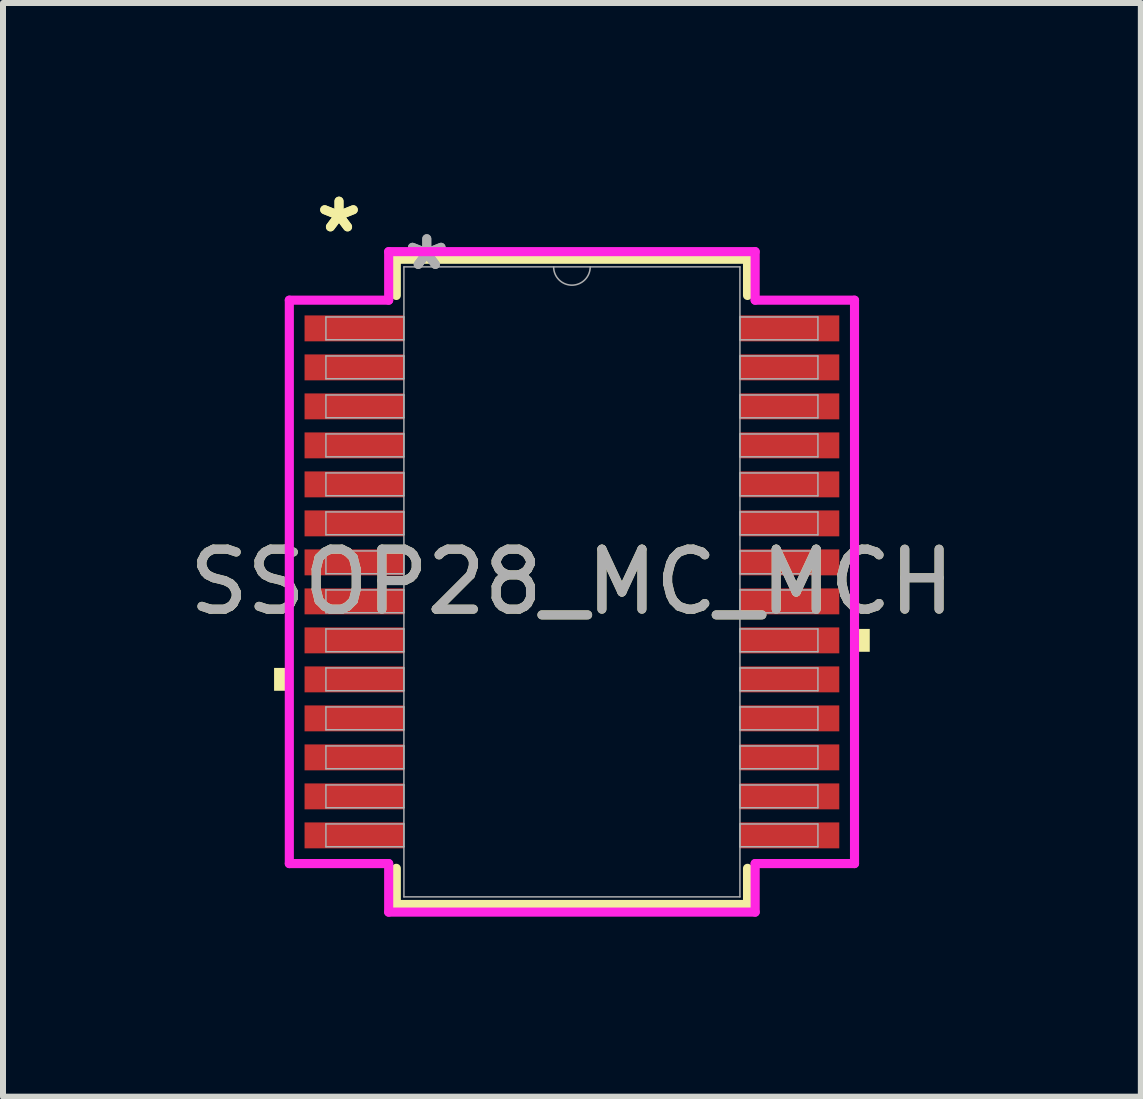
<source format=kicad_pcb>
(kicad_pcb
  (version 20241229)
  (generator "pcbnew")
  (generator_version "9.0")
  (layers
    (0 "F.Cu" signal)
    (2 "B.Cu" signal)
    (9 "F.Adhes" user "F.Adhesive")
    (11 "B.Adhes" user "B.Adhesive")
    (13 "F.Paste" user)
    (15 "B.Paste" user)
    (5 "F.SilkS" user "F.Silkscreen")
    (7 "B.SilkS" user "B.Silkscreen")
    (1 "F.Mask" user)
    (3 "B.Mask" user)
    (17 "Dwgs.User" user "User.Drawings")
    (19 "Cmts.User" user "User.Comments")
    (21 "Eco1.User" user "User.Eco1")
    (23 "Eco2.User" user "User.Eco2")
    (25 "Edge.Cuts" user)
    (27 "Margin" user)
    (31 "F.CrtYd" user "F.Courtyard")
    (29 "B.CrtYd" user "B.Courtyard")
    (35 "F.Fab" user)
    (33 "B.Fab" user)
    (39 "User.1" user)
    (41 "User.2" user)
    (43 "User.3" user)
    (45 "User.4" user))
  (footprint "SSOP28_MC_MCH"
    (layer "F.Cu")
    (at 6.482 6.648)
    (property "Reference" "SSOP28_MC_MCH" (at 0 0 0) (unlocked yes) (layer "F.SilkS") (effects (font (size 1 1) (thickness 0.15))))
    (attr smd)
    (fp_line (start -2.927 -5.377) (end -2.927 -4.774) (stroke (width 0.152) (type solid)) (layer "F.SilkS"))
    (fp_line (start -2.927 4.774) (end -2.927 5.377) (stroke (width 0.152) (type solid)) (layer "F.SilkS"))
    (fp_line (start -2.927 5.377) (end 2.927 5.377) (stroke (width 0.152) (type solid)) (layer "F.SilkS"))
    (fp_line (start 2.927 -5.377) (end -2.927 -5.377) (stroke (width 0.152) (type solid)) (layer "F.SilkS"))
    (fp_line (start 2.927 -4.774) (end 2.927 -5.377) (stroke (width 0.152) (type solid)) (layer "F.SilkS"))
    (fp_line (start 2.927 5.377) (end 2.927 4.774) (stroke (width 0.152) (type solid)) (layer "F.SilkS"))
    (fp_poly (pts (xy -4.964 1.434) (xy -4.964 1.815) (xy -4.71 1.815) (xy -4.71 1.434)) (stroke (width 0) (type solid)) (fill yes) (layer "F.SilkS"))
    (fp_poly (pts (xy 4.964 0.784) (xy 4.964 1.165) (xy 4.71 1.165) (xy 4.71 0.784)) (stroke (width 0) (type solid)) (fill yes) (layer "F.SilkS"))
    (fp_line (start -4.71 -4.695) (end -3.054 -4.695) (stroke (width 0.152) (type solid)) (layer "F.CrtYd"))
    (fp_line (start -4.71 4.695) (end -4.71 -4.695) (stroke (width 0.152) (type solid)) (layer "F.CrtYd"))
    (fp_line (start -4.71 4.695) (end -3.054 4.695) (stroke (width 0.152) (type solid)) (layer "F.CrtYd"))
    (fp_line (start -3.054 -5.504) (end 3.054 -5.504) (stroke (width 0.152) (type solid)) (layer "F.CrtYd"))
    (fp_line (start -3.054 -4.695) (end -3.054 -5.504) (stroke (width 0.152) (type solid)) (layer "F.CrtYd"))
    (fp_line (start -3.054 5.504) (end -3.054 4.695) (stroke (width 0.152) (type solid)) (layer "F.CrtYd"))
    (fp_line (start 3.054 -5.504) (end 3.054 -4.695) (stroke (width 0.152) (type solid)) (layer "F.CrtYd"))
    (fp_line (start 3.054 4.695) (end 3.054 5.504) (stroke (width 0.152) (type solid)) (layer "F.CrtYd"))
    (fp_line (start 3.054 5.504) (end -3.054 5.504) (stroke (width 0.152) (type solid)) (layer "F.CrtYd"))
    (fp_line (start 4.71 -4.695) (end 3.054 -4.695) (stroke (width 0.152) (type solid)) (layer "F.CrtYd"))
    (fp_line (start 4.71 -4.695) (end 4.71 4.695) (stroke (width 0.152) (type solid)) (layer "F.CrtYd"))
    (fp_line (start 4.71 4.695) (end 3.054 4.695) (stroke (width 0.152) (type solid)) (layer "F.CrtYd"))
    (fp_line (start -4.1 -4.415) (end -4.1 -4.035) (stroke (width 0.025) (type solid)) (layer "F.Fab"))
    (fp_line (start -4.1 -4.035) (end -2.8 -4.035) (stroke (width 0.025) (type solid)) (layer "F.Fab"))
    (fp_line (start -4.1 -3.765) (end -4.1 -3.385) (stroke (width 0.025) (type solid)) (layer "F.Fab"))
    (fp_line (start -4.1 -3.385) (end -2.8 -3.385) (stroke (width 0.025) (type solid)) (layer "F.Fab"))
    (fp_line (start -4.1 -3.115) (end -4.1 -2.735) (stroke (width 0.025) (type solid)) (layer "F.Fab"))
    (fp_line (start -4.1 -2.735) (end -2.8 -2.735) (stroke (width 0.025) (type solid)) (layer "F.Fab"))
    (fp_line (start -4.1 -2.466) (end -4.1 -2.084) (stroke (width 0.025) (type solid)) (layer "F.Fab"))
    (fp_line (start -4.1 -2.084) (end -2.8 -2.084) (stroke (width 0.025) (type solid)) (layer "F.Fab"))
    (fp_line (start -4.1 -1.816) (end -4.1 -1.435) (stroke (width 0.025) (type solid)) (layer "F.Fab"))
    (fp_line (start -4.1 -1.435) (end -2.8 -1.435) (stroke (width 0.025) (type solid)) (layer "F.Fab"))
    (fp_line (start -4.1 -1.166) (end -4.1 -0.785) (stroke (width 0.025) (type solid)) (layer "F.Fab"))
    (fp_line (start -4.1 -0.785) (end -2.8 -0.785) (stroke (width 0.025) (type solid)) (layer "F.Fab"))
    (fp_line (start -4.1 -0.516) (end -4.1 -0.135) (stroke (width 0.025) (type solid)) (layer "F.Fab"))
    (fp_line (start -4.1 -0.135) (end -2.8 -0.135) (stroke (width 0.025) (type solid)) (layer "F.Fab"))
    (fp_line (start -4.1 0.134) (end -4.1 0.515) (stroke (width 0.025) (type solid)) (layer "F.Fab"))
    (fp_line (start -4.1 0.515) (end -2.8 0.515) (stroke (width 0.025) (type solid)) (layer "F.Fab"))
    (fp_line (start -4.1 0.784) (end -4.1 1.165) (stroke (width 0.025) (type solid)) (layer "F.Fab"))
    (fp_line (start -4.1 1.165) (end -2.8 1.165) (stroke (width 0.025) (type solid)) (layer "F.Fab"))
    (fp_line (start -4.1 1.434) (end -4.1 1.815) (stroke (width 0.025) (type solid)) (layer "F.Fab"))
    (fp_line (start -4.1 1.815) (end -2.8 1.815) (stroke (width 0.025) (type solid)) (layer "F.Fab"))
    (fp_line (start -4.1 2.084) (end -4.1 2.465) (stroke (width 0.025) (type solid)) (layer "F.Fab"))
    (fp_line (start -4.1 2.465) (end -2.8 2.465) (stroke (width 0.025) (type solid)) (layer "F.Fab"))
    (fp_line (start -4.1 2.734) (end -4.1 3.115) (stroke (width 0.025) (type solid)) (layer "F.Fab"))
    (fp_line (start -4.1 3.115) (end -2.8 3.115) (stroke (width 0.025) (type solid)) (layer "F.Fab"))
    (fp_line (start -4.1 3.384) (end -4.1 3.765) (stroke (width 0.025) (type solid)) (layer "F.Fab"))
    (fp_line (start -4.1 3.765) (end -2.8 3.765) (stroke (width 0.025) (type solid)) (layer "F.Fab"))
    (fp_line (start -4.1 4.034) (end -4.1 4.415) (stroke (width 0.025) (type solid)) (layer "F.Fab"))
    (fp_line (start -4.1 4.415) (end -2.8 4.415) (stroke (width 0.025) (type solid)) (layer "F.Fab"))
    (fp_line (start -2.8 -5.25) (end -2.8 5.25) (stroke (width 0.025) (type solid)) (layer "F.Fab"))
    (fp_line (start -2.8 -4.415) (end -4.1 -4.415) (stroke (width 0.025) (type solid)) (layer "F.Fab"))
    (fp_line (start -2.8 -4.035) (end -2.8 -4.415) (stroke (width 0.025) (type solid)) (layer "F.Fab"))
    (fp_line (start -2.8 -3.765) (end -4.1 -3.765) (stroke (width 0.025) (type solid)) (layer "F.Fab"))
    (fp_line (start -2.8 -3.385) (end -2.8 -3.765) (stroke (width 0.025) (type solid)) (layer "F.Fab"))
    (fp_line (start -2.8 -3.115) (end -4.1 -3.115) (stroke (width 0.025) (type solid)) (layer "F.Fab"))
    (fp_line (start -2.8 -2.735) (end -2.8 -3.115) (stroke (width 0.025) (type solid)) (layer "F.Fab"))
    (fp_line (start -2.8 -2.466) (end -4.1 -2.466) (stroke (width 0.025) (type solid)) (layer "F.Fab"))
    (fp_line (start -2.8 -2.084) (end -2.8 -2.466) (stroke (width 0.025) (type solid)) (layer "F.Fab"))
    (fp_line (start -2.8 -1.816) (end -4.1 -1.816) (stroke (width 0.025) (type solid)) (layer "F.Fab"))
    (fp_line (start -2.8 -1.435) (end -2.8 -1.816) (stroke (width 0.025) (type solid)) (layer "F.Fab"))
    (fp_line (start -2.8 -1.166) (end -4.1 -1.166) (stroke (width 0.025) (type solid)) (layer "F.Fab"))
    (fp_line (start -2.8 -0.785) (end -2.8 -1.166) (stroke (width 0.025) (type solid)) (layer "F.Fab"))
    (fp_line (start -2.8 -0.516) (end -4.1 -0.516) (stroke (width 0.025) (type solid)) (layer "F.Fab"))
    (fp_line (start -2.8 -0.135) (end -2.8 -0.516) (stroke (width 0.025) (type solid)) (layer "F.Fab"))
    (fp_line (start -2.8 0.134) (end -4.1 0.134) (stroke (width 0.025) (type solid)) (layer "F.Fab"))
    (fp_line (start -2.8 0.515) (end -2.8 0.134) (stroke (width 0.025) (type solid)) (layer "F.Fab"))
    (fp_line (start -2.8 0.784) (end -4.1 0.784) (stroke (width 0.025) (type solid)) (layer "F.Fab"))
    (fp_line (start -2.8 1.165) (end -2.8 0.784) (stroke (width 0.025) (type solid)) (layer "F.Fab"))
    (fp_line (start -2.8 1.434) (end -4.1 1.434) (stroke (width 0.025) (type solid)) (layer "F.Fab"))
    (fp_line (start -2.8 1.815) (end -2.8 1.434) (stroke (width 0.025) (type solid)) (layer "F.Fab"))
    (fp_line (start -2.8 2.084) (end -4.1 2.084) (stroke (width 0.025) (type solid)) (layer "F.Fab"))
    (fp_line (start -2.8 2.465) (end -2.8 2.084) (stroke (width 0.025) (type solid)) (layer "F.Fab"))
    (fp_line (start -2.8 2.734) (end -4.1 2.734) (stroke (width 0.025) (type solid)) (layer "F.Fab"))
    (fp_line (start -2.8 3.115) (end -2.8 2.734) (stroke (width 0.025) (type solid)) (layer "F.Fab"))
    (fp_line (start -2.8 3.384) (end -4.1 3.384) (stroke (width 0.025) (type solid)) (layer "F.Fab"))
    (fp_line (start -2.8 3.765) (end -2.8 3.384) (stroke (width 0.025) (type solid)) (layer "F.Fab"))
    (fp_line (start -2.8 4.034) (end -4.1 4.034) (stroke (width 0.025) (type solid)) (layer "F.Fab"))
    (fp_line (start -2.8 4.415) (end -2.8 4.034) (stroke (width 0.025) (type solid)) (layer "F.Fab"))
    (fp_line (start -2.8 5.25) (end 2.8 5.25) (stroke (width 0.025) (type solid)) (layer "F.Fab"))
    (fp_line (start 2.8 -5.25) (end -2.8 -5.25) (stroke (width 0.025) (type solid)) (layer "F.Fab"))
    (fp_line (start 2.8 -4.415) (end 2.8 -4.034) (stroke (width 0.025) (type solid)) (layer "F.Fab"))
    (fp_line (start 2.8 -4.034) (end 4.1 -4.034) (stroke (width 0.025) (type solid)) (layer "F.Fab"))
    (fp_line (start 2.8 -3.765) (end 2.8 -3.384) (stroke (width 0.025) (type solid)) (layer "F.Fab"))
    (fp_line (start 2.8 -3.384) (end 4.1 -3.384) (stroke (width 0.025) (type solid)) (layer "F.Fab"))
    (fp_line (start 2.8 -3.115) (end 2.8 -2.734) (stroke (width 0.025) (type solid)) (layer "F.Fab"))
    (fp_line (start 2.8 -2.734) (end 4.1 -2.734) (stroke (width 0.025) (type solid)) (layer "F.Fab"))
    (fp_line (start 2.8 -2.465) (end 2.8 -2.084) (stroke (width 0.025) (type solid)) (layer "F.Fab"))
    (fp_line (start 2.8 -2.084) (end 4.1 -2.084) (stroke (width 0.025) (type solid)) (layer "F.Fab"))
    (fp_line (start 2.8 -1.815) (end 2.8 -1.434) (stroke (width 0.025) (type solid)) (layer "F.Fab"))
    (fp_line (start 2.8 -1.434) (end 4.1 -1.434) (stroke (width 0.025) (type solid)) (layer "F.Fab"))
    (fp_line (start 2.8 -1.165) (end 2.8 -0.784) (stroke (width 0.025) (type solid)) (layer "F.Fab"))
    (fp_line (start 2.8 -0.784) (end 4.1 -0.784) (stroke (width 0.025) (type solid)) (layer "F.Fab"))
    (fp_line (start 2.8 -0.515) (end 2.8 -0.134) (stroke (width 0.025) (type solid)) (layer "F.Fab"))
    (fp_line (start 2.8 -0.134) (end 4.1 -0.134) (stroke (width 0.025) (type solid)) (layer "F.Fab"))
    (fp_line (start 2.8 0.135) (end 2.8 0.516) (stroke (width 0.025) (type solid)) (layer "F.Fab"))
    (fp_line (start 2.8 0.516) (end 4.1 0.516) (stroke (width 0.025) (type solid)) (layer "F.Fab"))
    (fp_line (start 2.8 0.784) (end 2.8 1.165) (stroke (width 0.025) (type solid)) (layer "F.Fab"))
    (fp_line (start 2.8 1.165) (end 4.1 1.165) (stroke (width 0.025) (type solid)) (layer "F.Fab"))
    (fp_line (start 2.8 1.435) (end 2.8 1.815) (stroke (width 0.025) (type solid)) (layer "F.Fab"))
    (fp_line (start 2.8 1.815) (end 4.1 1.815) (stroke (width 0.025) (type solid)) (layer "F.Fab"))
    (fp_line (start 2.8 2.084) (end 2.8 2.466) (stroke (width 0.025) (type solid)) (layer "F.Fab"))
    (fp_line (start 2.8 2.466) (end 4.1 2.466) (stroke (width 0.025) (type solid)) (layer "F.Fab"))
    (fp_line (start 2.8 2.735) (end 2.8 3.115) (stroke (width 0.025) (type solid)) (layer "F.Fab"))
    (fp_line (start 2.8 3.115) (end 4.1 3.115) (stroke (width 0.025) (type solid)) (layer "F.Fab"))
    (fp_line (start 2.8 3.385) (end 2.8 3.765) (stroke (width 0.025) (type solid)) (layer "F.Fab"))
    (fp_line (start 2.8 3.765) (end 4.1 3.765) (stroke (width 0.025) (type solid)) (layer "F.Fab"))
    (fp_line (start 2.8 4.035) (end 2.8 4.415) (stroke (width 0.025) (type solid)) (layer "F.Fab"))
    (fp_line (start 2.8 4.415) (end 4.1 4.415) (stroke (width 0.025) (type solid)) (layer "F.Fab"))
    (fp_line (start 2.8 5.25) (end 2.8 -5.25) (stroke (width 0.025) (type solid)) (layer "F.Fab"))
    (fp_line (start 4.1 -4.415) (end 2.8 -4.415) (stroke (width 0.025) (type solid)) (layer "F.Fab"))
    (fp_line (start 4.1 -4.034) (end 4.1 -4.415) (stroke (width 0.025) (type solid)) (layer "F.Fab"))
    (fp_line (start 4.1 -3.765) (end 2.8 -3.765) (stroke (width 0.025) (type solid)) (layer "F.Fab"))
    (fp_line (start 4.1 -3.384) (end 4.1 -3.765) (stroke (width 0.025) (type solid)) (layer "F.Fab"))
    (fp_line (start 4.1 -3.115) (end 2.8 -3.115) (stroke (width 0.025) (type solid)) (layer "F.Fab"))
    (fp_line (start 4.1 -2.734) (end 4.1 -3.115) (stroke (width 0.025) (type solid)) (layer "F.Fab"))
    (fp_line (start 4.1 -2.465) (end 2.8 -2.465) (stroke (width 0.025) (type solid)) (layer "F.Fab"))
    (fp_line (start 4.1 -2.084) (end 4.1 -2.465) (stroke (width 0.025) (type solid)) (layer "F.Fab"))
    (fp_line (start 4.1 -1.815) (end 2.8 -1.815) (stroke (width 0.025) (type solid)) (layer "F.Fab"))
    (fp_line (start 4.1 -1.434) (end 4.1 -1.815) (stroke (width 0.025) (type solid)) (layer "F.Fab"))
    (fp_line (start 4.1 -1.165) (end 2.8 -1.165) (stroke (width 0.025) (type solid)) (layer "F.Fab"))
    (fp_line (start 4.1 -0.784) (end 4.1 -1.165) (stroke (width 0.025) (type solid)) (layer "F.Fab"))
    (fp_line (start 4.1 -0.515) (end 2.8 -0.515) (stroke (width 0.025) (type solid)) (layer "F.Fab"))
    (fp_line (start 4.1 -0.134) (end 4.1 -0.515) (stroke (width 0.025) (type solid)) (layer "F.Fab"))
    (fp_line (start 4.1 0.135) (end 2.8 0.135) (stroke (width 0.025) (type solid)) (layer "F.Fab"))
    (fp_line (start 4.1 0.516) (end 4.1 0.135) (stroke (width 0.025) (type solid)) (layer "F.Fab"))
    (fp_line (start 4.1 0.784) (end 2.8 0.784) (stroke (width 0.025) (type solid)) (layer "F.Fab"))
    (fp_line (start 4.1 1.165) (end 4.1 0.784) (stroke (width 0.025) (type solid)) (layer "F.Fab"))
    (fp_line (start 4.1 1.435) (end 2.8 1.435) (stroke (width 0.025) (type solid)) (layer "F.Fab"))
    (fp_line (start 4.1 1.815) (end 4.1 1.435) (stroke (width 0.025) (type solid)) (layer "F.Fab"))
    (fp_line (start 4.1 2.084) (end 2.8 2.084) (stroke (width 0.025) (type solid)) (layer "F.Fab"))
    (fp_line (start 4.1 2.466) (end 4.1 2.084) (stroke (width 0.025) (type solid)) (layer "F.Fab"))
    (fp_line (start 4.1 2.735) (end 2.8 2.735) (stroke (width 0.025) (type solid)) (layer "F.Fab"))
    (fp_line (start 4.1 3.115) (end 4.1 2.735) (stroke (width 0.025) (type solid)) (layer "F.Fab"))
    (fp_line (start 4.1 3.385) (end 2.8 3.385) (stroke (width 0.025) (type solid)) (layer "F.Fab"))
    (fp_line (start 4.1 3.765) (end 4.1 3.385) (stroke (width 0.025) (type solid)) (layer "F.Fab"))
    (fp_line (start 4.1 4.035) (end 2.8 4.035) (stroke (width 0.025) (type solid)) (layer "F.Fab"))
    (fp_line (start 4.1 4.415) (end 4.1 4.035) (stroke (width 0.025) (type solid)) (layer "F.Fab"))
    (fp_arc (start 0.3048 -5.25) (mid 0 -4.9452) (end -0.3048 -5.25) (stroke (width 0.0254) (type solid)) (layer "F.Fab"))
    (fp_text user "*" (at -3.882 -5.8 0) (unlocked yes) (layer "F.SilkS") (effects (font (size 1 1) (thickness 0.15))))
    (fp_text user "*" (at -3.882 -5.8 0) (layer "F.SilkS") (effects (font (size 1 1) (thickness 0.15))))
    (fp_text user "*" (at -2.419 -5.174 0) (unlocked yes) (layer "F.Fab") (effects (font (size 1 1) (thickness 0.15))))
    (fp_text user "${REFERENCE}" (at 0 0 0) (unlocked yes) (layer "F.Fab") (effects (font (size 1 1) (thickness 0.15))))
    (fp_text user "*" (at -2.419 -5.174 0) (layer "F.Fab") (effects (font (size 1 1) (thickness 0.15))))
    (pad "1" smd rect (at -3.628 -4.225) (size 1.656 0.432) (layers "F.Cu" "F.Mask" "F.Paste"))
    (pad "2" smd rect (at -3.628 -3.575) (size 1.656 0.432) (layers "F.Cu" "F.Mask" "F.Paste"))
    (pad "3" smd rect (at -3.628 -2.925) (size 1.656 0.432) (layers "F.Cu" "F.Mask" "F.Paste"))
    (pad "4" smd rect (at -3.628 -2.275) (size 1.656 0.432) (layers "F.Cu" "F.Mask" "F.Paste"))
    (pad "5" smd rect (at -3.628 -1.625) (size 1.656 0.432) (layers "F.Cu" "F.Mask" "F.Paste"))
    (pad "6" smd rect (at -3.628 -0.975) (size 1.656 0.432) (layers "F.Cu" "F.Mask" "F.Paste"))
    (pad "7" smd rect (at -3.628 -0.325) (size 1.656 0.432) (layers "F.Cu" "F.Mask" "F.Paste"))
    (pad "8" smd rect (at -3.628 0.325) (size 1.656 0.432) (layers "F.Cu" "F.Mask" "F.Paste"))
    (pad "9" smd rect (at -3.628 0.975) (size 1.656 0.432) (layers "F.Cu" "F.Mask" "F.Paste"))
    (pad "10" smd rect (at -3.628 1.625) (size 1.656 0.432) (layers "F.Cu" "F.Mask" "F.Paste"))
    (pad "11" smd rect (at -3.628 2.275) (size 1.656 0.432) (layers "F.Cu" "F.Mask" "F.Paste"))
    (pad "12" smd rect (at -3.628 2.925) (size 1.656 0.432) (layers "F.Cu" "F.Mask" "F.Paste"))
    (pad "13" smd rect (at -3.628 3.575) (size 1.656 0.432) (layers "F.Cu" "F.Mask" "F.Paste"))
    (pad "14" smd rect (at -3.628 4.225) (size 1.656 0.432) (layers "F.Cu" "F.Mask" "F.Paste"))
    (pad "15" smd rect (at 3.628 4.225) (size 1.656 0.432) (layers "F.Cu" "F.Mask" "F.Paste"))
    (pad "16" smd rect (at 3.628 3.575) (size 1.656 0.432) (layers "F.Cu" "F.Mask" "F.Paste"))
    (pad "17" smd rect (at 3.628 2.925) (size 1.656 0.432) (layers "F.Cu" "F.Mask" "F.Paste"))
    (pad "18" smd rect (at 3.628 2.275) (size 1.656 0.432) (layers "F.Cu" "F.Mask" "F.Paste"))
    (pad "19" smd rect (at 3.628 1.625) (size 1.656 0.432) (layers "F.Cu" "F.Mask" "F.Paste"))
    (pad "20" smd rect (at 3.628 0.975) (size 1.656 0.432) (layers "F.Cu" "F.Mask" "F.Paste"))
    (pad "21" smd rect (at 3.628 0.325) (size 1.656 0.432) (layers "F.Cu" "F.Mask" "F.Paste"))
    (pad "22" smd rect (at 3.628 -0.325) (size 1.656 0.432) (layers "F.Cu" "F.Mask" "F.Paste"))
    (pad "23" smd rect (at 3.628 -0.975) (size 1.656 0.432) (layers "F.Cu" "F.Mask" "F.Paste"))
    (pad "24" smd rect (at 3.628 -1.625) (size 1.656 0.432) (layers "F.Cu" "F.Mask" "F.Paste"))
    (pad "25" smd rect (at 3.628 -2.275) (size 1.656 0.432) (layers "F.Cu" "F.Mask" "F.Paste"))
    (pad "26" smd rect (at 3.628 -2.925) (size 1.656 0.432) (layers "F.Cu" "F.Mask" "F.Paste"))
    (pad "27" smd rect (at 3.628 -3.575) (size 1.656 0.432) (layers "F.Cu" "F.Mask" "F.Paste"))
    (pad "28" smd rect (at 3.628 -4.225) (size 1.656 0.432) (layers "F.Cu" "F.Mask" "F.Paste")))
  (gr_rect
    (start -3 -3)
    (end 15.964 15.228)
    (stroke (width 0.1) (type default))
    (fill no)
    (layer "Edge.Cuts")))
</source>
